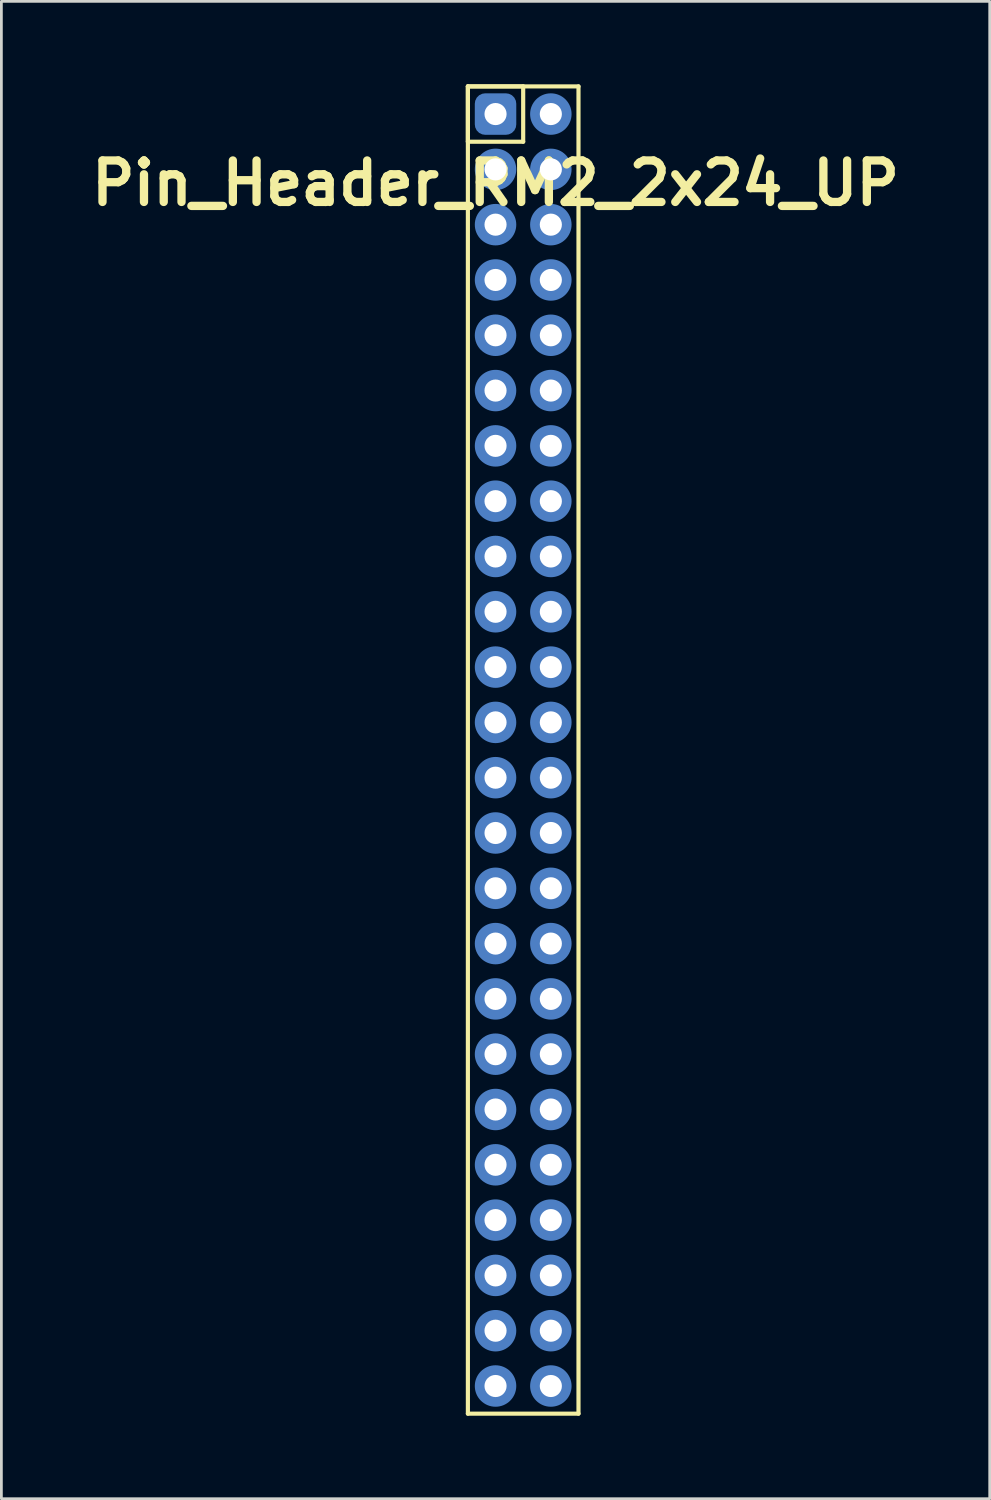
<source format=kicad_pcb>
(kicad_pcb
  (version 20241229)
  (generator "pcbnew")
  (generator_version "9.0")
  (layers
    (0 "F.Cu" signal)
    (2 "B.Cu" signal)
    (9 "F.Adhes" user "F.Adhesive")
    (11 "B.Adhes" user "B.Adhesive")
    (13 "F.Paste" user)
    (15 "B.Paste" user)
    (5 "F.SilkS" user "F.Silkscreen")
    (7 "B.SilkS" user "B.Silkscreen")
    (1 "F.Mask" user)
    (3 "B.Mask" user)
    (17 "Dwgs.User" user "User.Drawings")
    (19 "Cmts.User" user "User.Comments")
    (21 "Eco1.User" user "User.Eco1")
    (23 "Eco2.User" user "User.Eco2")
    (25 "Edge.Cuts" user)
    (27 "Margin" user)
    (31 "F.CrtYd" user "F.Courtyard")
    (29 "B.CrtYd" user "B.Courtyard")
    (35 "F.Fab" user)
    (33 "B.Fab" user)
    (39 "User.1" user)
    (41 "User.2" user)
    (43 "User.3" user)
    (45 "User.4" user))
  (footprint "Pin_Header_RM2_2x24_UP"
    (layer "F.Cu")
    (at 14.871 1.075)
    (property "Reference" "Pin_Header_RM2_2x24_UP" (at 0 2.5 0) (layer "F.SilkS") (effects (font (size 1.5 1.5) (thickness 0.3))))
    (attr through_hole)
    (fp_line (start -1 -1) (end 1 -1) (stroke (width 0.15) (type solid)) (layer "F.SilkS"))
    (fp_line (start -1 -1) (end 3 -1) (stroke (width 0.15) (type solid)) (layer "F.SilkS"))
    (fp_line (start -1 1) (end -1 -1) (stroke (width 0.15) (type solid)) (layer "F.SilkS"))
    (fp_line (start -1 47) (end -1 -1) (stroke (width 0.15) (type solid)) (layer "F.SilkS"))
    (fp_line (start 1 -1) (end 1 1) (stroke (width 0.15) (type solid)) (layer "F.SilkS"))
    (fp_line (start 1 1) (end -1 1) (stroke (width 0.15) (type solid)) (layer "F.SilkS"))
    (fp_line (start 3 -1) (end 3 47) (stroke (width 0.15) (type solid)) (layer "F.SilkS"))
    (fp_line (start 3 47) (end -1 47) (stroke (width 0.15) (type solid)) (layer "F.SilkS"))
    (pad "1" thru_hole circle (at 0 0) (size 1.1 1.1) (drill 0.8) (layers "*.Cu" "*.Mask"))
    (pad "1" smd roundrect (at 0 0) (size 1.25 1.25) (layers "F.Cu" "F.Mask") (roundrect_rratio 0.25))
    (pad "1" smd roundrect (at 0 0) (size 1.5 1.5) (layers "B.Cu" "B.Mask") (roundrect_rratio 0.25))
    (pad "2" thru_hole circle (at 2 0) (size 1.1 1.1) (drill 0.8) (layers "*.Cu" "*.Mask"))
    (pad "2" smd circle (at 2 0) (size 1.25 1.25) (layers "F.Cu" "F.Mask"))
    (pad "2" smd circle (at 2 0) (size 1.5 1.5) (layers "B.Cu" "B.Mask"))
    (pad "3" thru_hole circle (at 0 2) (size 1.1 1.1) (drill 0.8) (layers "*.Cu" "*.Mask"))
    (pad "3" smd circle (at 0 2) (size 1.25 1.25) (layers "F.Cu" "F.Mask"))
    (pad "3" smd circle (at 0 2) (size 1.5 1.5) (layers "B.Cu" "B.Mask"))
    (pad "4" thru_hole circle (at 2 2) (size 1.1 1.1) (drill 0.8) (layers "*.Cu" "*.Mask"))
    (pad "4" smd circle (at 2 2) (size 1.25 1.25) (layers "F.Cu" "F.Mask"))
    (pad "4" smd circle (at 2 2) (size 1.5 1.5) (layers "B.Cu" "B.Mask"))
    (pad "5" thru_hole circle (at 0 4) (size 1.1 1.1) (drill 0.8) (layers "*.Cu" "*.Mask"))
    (pad "5" smd circle (at 0 4) (size 1.25 1.25) (layers "F.Cu" "F.Mask"))
    (pad "5" smd circle (at 0 4) (size 1.5 1.5) (layers "B.Cu" "B.Mask"))
    (pad "6" thru_hole circle (at 2 4) (size 1.1 1.1) (drill 0.8) (layers "*.Cu" "*.Mask"))
    (pad "6" smd circle (at 2 4) (size 1.25 1.25) (layers "F.Cu" "F.Mask"))
    (pad "6" smd circle (at 2 4) (size 1.5 1.5) (layers "B.Cu" "B.Mask"))
    (pad "7" thru_hole circle (at 0 6) (size 1.1 1.1) (drill 0.8) (layers "*.Cu" "*.Mask"))
    (pad "7" smd circle (at 0 6) (size 1.25 1.25) (layers "F.Cu" "F.Mask"))
    (pad "7" smd circle (at 0 6) (size 1.5 1.5) (layers "B.Cu" "B.Mask"))
    (pad "8" thru_hole circle (at 2 6) (size 1.1 1.1) (drill 0.8) (layers "*.Cu" "*.Mask"))
    (pad "8" smd circle (at 2 6) (size 1.25 1.25) (layers "F.Cu" "F.Mask"))
    (pad "8" smd circle (at 2 6) (size 1.5 1.5) (layers "B.Cu" "B.Mask"))
    (pad "9" thru_hole circle (at 0 8) (size 1.1 1.1) (drill 0.8) (layers "*.Cu" "*.Mask"))
    (pad "9" smd circle (at 0 8) (size 1.25 1.25) (layers "F.Cu" "F.Mask"))
    (pad "9" smd circle (at 0 8) (size 1.5 1.5) (layers "B.Cu" "B.Mask"))
    (pad "10" thru_hole circle (at 2 8) (size 1.1 1.1) (drill 0.8) (layers "*.Cu" "*.Mask"))
    (pad "10" smd circle (at 2 8) (size 1.25 1.25) (layers "F.Cu" "F.Mask"))
    (pad "10" smd circle (at 2 8) (size 1.5 1.5) (layers "B.Cu" "B.Mask"))
    (pad "11" thru_hole circle (at 0 10) (size 1.1 1.1) (drill 0.8) (layers "*.Cu" "*.Mask"))
    (pad "11" smd circle (at 0 10) (size 1.25 1.25) (layers "F.Cu" "F.Mask"))
    (pad "11" smd circle (at 0 10) (size 1.5 1.5) (layers "B.Cu" "B.Mask"))
    (pad "12" thru_hole circle (at 2 10) (size 1.1 1.1) (drill 0.8) (layers "*.Cu" "*.Mask"))
    (pad "12" smd circle (at 2 10) (size 1.25 1.25) (layers "F.Cu" "F.Mask"))
    (pad "12" smd circle (at 2 10) (size 1.5 1.5) (layers "B.Cu" "B.Mask"))
    (pad "13" thru_hole circle (at 0 12) (size 1.1 1.1) (drill 0.8) (layers "*.Cu" "*.Mask"))
    (pad "13" smd circle (at 0 12) (size 1.25 1.25) (layers "F.Cu" "F.Mask"))
    (pad "13" smd circle (at 0 12) (size 1.5 1.5) (layers "B.Cu" "B.Mask"))
    (pad "14" thru_hole circle (at 2 12) (size 1.1 1.1) (drill 0.8) (layers "*.Cu" "*.Mask"))
    (pad "14" smd circle (at 2 12) (size 1.25 1.25) (layers "F.Cu" "F.Mask"))
    (pad "14" smd circle (at 2 12) (size 1.5 1.5) (layers "B.Cu" "B.Mask"))
    (pad "15" thru_hole circle (at 0 14) (size 1.1 1.1) (drill 0.8) (layers "*.Cu" "*.Mask"))
    (pad "15" smd circle (at 0 14) (size 1.25 1.25) (layers "F.Cu" "F.Mask"))
    (pad "15" smd circle (at 0 14) (size 1.5 1.5) (layers "B.Cu" "B.Mask"))
    (pad "16" thru_hole circle (at 2 14) (size 1.1 1.1) (drill 0.8) (layers "*.Cu" "*.Mask"))
    (pad "16" smd circle (at 2 14) (size 1.25 1.25) (layers "F.Cu" "F.Mask"))
    (pad "16" smd circle (at 2 14) (size 1.5 1.5) (layers "B.Cu" "B.Mask"))
    (pad "17" thru_hole circle (at 0 16) (size 1.1 1.1) (drill 0.8) (layers "*.Cu" "*.Mask"))
    (pad "17" smd circle (at 0 16) (size 1.25 1.25) (layers "F.Cu" "F.Mask"))
    (pad "17" smd circle (at 0 16) (size 1.5 1.5) (layers "B.Cu" "B.Mask"))
    (pad "18" thru_hole circle (at 2 16) (size 1.1 1.1) (drill 0.8) (layers "*.Cu" "*.Mask"))
    (pad "18" smd circle (at 2 16) (size 1.25 1.25) (layers "F.Cu" "F.Mask"))
    (pad "18" smd circle (at 2 16) (size 1.5 1.5) (layers "B.Cu" "B.Mask"))
    (pad "19" thru_hole circle (at 0 18) (size 1.1 1.1) (drill 0.8) (layers "*.Cu" "*.Mask"))
    (pad "19" smd circle (at 0 18) (size 1.25 1.25) (layers "F.Cu" "F.Mask"))
    (pad "19" smd circle (at 0 18) (size 1.5 1.5) (layers "B.Cu" "B.Mask"))
    (pad "20" thru_hole circle (at 2 18) (size 1.1 1.1) (drill 0.8) (layers "*.Cu" "*.Mask"))
    (pad "20" smd circle (at 2 18) (size 1.25 1.25) (layers "F.Cu" "F.Mask"))
    (pad "20" smd circle (at 2 18) (size 1.5 1.5) (layers "B.Cu" "B.Mask"))
    (pad "21" thru_hole circle (at 0 20) (size 1.1 1.1) (drill 0.8) (layers "*.Cu" "*.Mask"))
    (pad "21" smd circle (at 0 20) (size 1.25 1.25) (layers "F.Cu" "F.Mask"))
    (pad "21" smd circle (at 0 20) (size 1.5 1.5) (layers "B.Cu" "B.Mask"))
    (pad "22" thru_hole circle (at 2 20) (size 1.1 1.1) (drill 0.8) (layers "*.Cu" "*.Mask"))
    (pad "22" smd circle (at 2 20) (size 1.25 1.25) (layers "F.Cu" "F.Mask"))
    (pad "22" smd circle (at 2 20) (size 1.5 1.5) (layers "B.Cu" "B.Mask"))
    (pad "23" thru_hole circle (at 0 22) (size 1.1 1.1) (drill 0.8) (layers "*.Cu" "*.Mask"))
    (pad "23" smd circle (at 0 22) (size 1.25 1.25) (layers "F.Cu" "F.Mask"))
    (pad "23" smd circle (at 0 22) (size 1.5 1.5) (layers "B.Cu" "B.Mask"))
    (pad "24" thru_hole circle (at 2 22) (size 1.1 1.1) (drill 0.8) (layers "*.Cu" "*.Mask"))
    (pad "24" smd circle (at 2 22) (size 1.25 1.25) (layers "F.Cu" "F.Mask"))
    (pad "24" smd circle (at 2 22) (size 1.5 1.5) (layers "B.Cu" "B.Mask"))
    (pad "25" thru_hole circle (at 0 24) (size 1.1 1.1) (drill 0.8) (layers "*.Cu" "*.Mask"))
    (pad "25" smd circle (at 0 24) (size 1.25 1.25) (layers "F.Cu" "F.Mask"))
    (pad "25" smd circle (at 0 24) (size 1.5 1.5) (layers "B.Cu" "B.Mask"))
    (pad "26" thru_hole circle (at 2 24) (size 1.1 1.1) (drill 0.8) (layers "*.Cu" "*.Mask"))
    (pad "26" smd circle (at 2 24) (size 1.25 1.25) (layers "F.Cu" "F.Mask"))
    (pad "26" smd circle (at 2 24) (size 1.5 1.5) (layers "B.Cu" "B.Mask"))
    (pad "27" thru_hole circle (at 0 26) (size 1.1 1.1) (drill 0.8) (layers "*.Cu" "*.Mask"))
    (pad "27" smd circle (at 0 26) (size 1.25 1.25) (layers "F.Cu" "F.Mask"))
    (pad "27" smd circle (at 0 26) (size 1.5 1.5) (layers "B.Cu" "B.Mask"))
    (pad "28" thru_hole circle (at 2 26) (size 1.1 1.1) (drill 0.8) (layers "*.Cu" "*.Mask"))
    (pad "28" smd circle (at 2 26) (size 1.25 1.25) (layers "F.Cu" "F.Mask"))
    (pad "28" smd circle (at 2 26) (size 1.5 1.5) (layers "B.Cu" "B.Mask"))
    (pad "29" thru_hole circle (at 0 28) (size 1.1 1.1) (drill 0.8) (layers "*.Cu" "*.Mask"))
    (pad "29" smd circle (at 0 28) (size 1.25 1.25) (layers "F.Cu" "F.Mask"))
    (pad "29" smd circle (at 0 28) (size 1.5 1.5) (layers "B.Cu" "B.Mask"))
    (pad "30" thru_hole circle (at 2 28) (size 1.1 1.1) (drill 0.8) (layers "*.Cu" "*.Mask"))
    (pad "30" smd circle (at 2 28) (size 1.25 1.25) (layers "F.Cu" "F.Mask"))
    (pad "30" smd circle (at 2 28) (size 1.5 1.5) (layers "B.Cu" "B.Mask"))
    (pad "31" thru_hole circle (at 0 30) (size 1.1 1.1) (drill 0.8) (layers "*.Cu" "*.Mask"))
    (pad "31" smd circle (at 0 30) (size 1.25 1.25) (layers "F.Cu" "F.Mask"))
    (pad "31" smd circle (at 0 30) (size 1.5 1.5) (layers "B.Cu" "B.Mask"))
    (pad "32" thru_hole circle (at 2 30) (size 1.1 1.1) (drill 0.8) (layers "*.Cu" "*.Mask"))
    (pad "32" smd circle (at 2 30) (size 1.25 1.25) (layers "F.Cu" "F.Mask"))
    (pad "32" smd circle (at 2 30) (size 1.5 1.5) (layers "B.Cu" "B.Mask"))
    (pad "33" thru_hole circle (at 0 32) (size 1.1 1.1) (drill 0.8) (layers "*.Cu" "*.Mask"))
    (pad "33" smd circle (at 0 32) (size 1.25 1.25) (layers "F.Cu" "F.Mask"))
    (pad "33" smd circle (at 0 32) (size 1.5 1.5) (layers "B.Cu" "B.Mask"))
    (pad "34" thru_hole circle (at 2 32) (size 1.1 1.1) (drill 0.8) (layers "*.Cu" "*.Mask"))
    (pad "34" smd circle (at 2 32) (size 1.25 1.25) (layers "F.Cu" "F.Mask"))
    (pad "34" smd circle (at 2 32) (size 1.5 1.5) (layers "B.Cu" "B.Mask"))
    (pad "35" thru_hole circle (at 0 34) (size 1.1 1.1) (drill 0.8) (layers "*.Cu" "*.Mask"))
    (pad "35" smd circle (at 0 34) (size 1.25 1.25) (layers "F.Cu" "F.Mask"))
    (pad "35" smd circle (at 0 34) (size 1.5 1.5) (layers "B.Cu" "B.Mask"))
    (pad "36" thru_hole circle (at 2 34) (size 1.1 1.1) (drill 0.8) (layers "*.Cu" "*.Mask"))
    (pad "36" smd circle (at 2 34) (size 1.25 1.25) (layers "F.Cu" "F.Mask"))
    (pad "36" smd circle (at 2 34) (size 1.5 1.5) (layers "B.Cu" "B.Mask"))
    (pad "37" thru_hole circle (at 0 36) (size 1.1 1.1) (drill 0.8) (layers "*.Cu" "*.Mask"))
    (pad "37" smd circle (at 0 36) (size 1.25 1.25) (layers "F.Cu" "F.Mask"))
    (pad "37" smd circle (at 0 36) (size 1.5 1.5) (layers "B.Cu" "B.Mask"))
    (pad "38" thru_hole circle (at 2 36) (size 1.1 1.1) (drill 0.8) (layers "*.Cu" "*.Mask"))
    (pad "38" smd circle (at 2 36) (size 1.25 1.25) (layers "F.Cu" "F.Mask"))
    (pad "38" smd circle (at 2 36) (size 1.5 1.5) (layers "B.Cu" "B.Mask"))
    (pad "39" thru_hole circle (at 0 38) (size 1.1 1.1) (drill 0.8) (layers "*.Cu" "*.Mask"))
    (pad "39" smd circle (at 0 38) (size 1.25 1.25) (layers "F.Cu" "F.Mask"))
    (pad "39" smd circle (at 0 38) (size 1.5 1.5) (layers "B.Cu" "B.Mask"))
    (pad "40" thru_hole circle (at 2 38) (size 1.1 1.1) (drill 0.8) (layers "*.Cu" "*.Mask"))
    (pad "40" smd circle (at 2 38) (size 1.25 1.25) (layers "F.Cu" "F.Mask"))
    (pad "40" smd circle (at 2 38) (size 1.5 1.5) (layers "B.Cu" "B.Mask"))
    (pad "41" thru_hole circle (at 0 40) (size 1.1 1.1) (drill 0.8) (layers "*.Cu" "*.Mask"))
    (pad "41" smd circle (at 0 40) (size 1.25 1.25) (layers "F.Cu" "F.Mask"))
    (pad "41" smd circle (at 0 40) (size 1.5 1.5) (layers "B.Cu" "B.Mask"))
    (pad "42" thru_hole circle (at 2 40) (size 1.1 1.1) (drill 0.8) (layers "*.Cu" "*.Mask"))
    (pad "42" smd circle (at 2 40) (size 1.25 1.25) (layers "F.Cu" "F.Mask"))
    (pad "42" smd circle (at 2 40) (size 1.5 1.5) (layers "B.Cu" "B.Mask"))
    (pad "43" thru_hole circle (at 0 42) (size 1.1 1.1) (drill 0.8) (layers "*.Cu" "*.Mask"))
    (pad "43" smd circle (at 0 42) (size 1.25 1.25) (layers "F.Cu" "F.Mask"))
    (pad "43" smd circle (at 0 42) (size 1.5 1.5) (layers "B.Cu" "B.Mask"))
    (pad "44" thru_hole circle (at 2 42) (size 1.1 1.1) (drill 0.8) (layers "*.Cu" "*.Mask"))
    (pad "44" smd circle (at 2 42) (size 1.25 1.25) (layers "F.Cu" "F.Mask"))
    (pad "44" smd circle (at 2 42) (size 1.5 1.5) (layers "B.Cu" "B.Mask"))
    (pad "45" thru_hole circle (at 0 44) (size 1.1 1.1) (drill 0.8) (layers "*.Cu" "*.Mask"))
    (pad "45" smd circle (at 0 44) (size 1.25 1.25) (layers "F.Cu" "F.Mask"))
    (pad "45" smd circle (at 0 44) (size 1.5 1.5) (layers "B.Cu" "B.Mask"))
    (pad "46" thru_hole circle (at 2 44) (size 1.1 1.1) (drill 0.8) (layers "*.Cu" "*.Mask"))
    (pad "46" smd circle (at 2 44) (size 1.25 1.25) (layers "F.Cu" "F.Mask"))
    (pad "46" smd circle (at 2 44) (size 1.5 1.5) (layers "B.Cu" "B.Mask"))
    (pad "47" thru_hole circle (at 0 46) (size 1.1 1.1) (drill 0.8) (layers "*.Cu" "*.Mask"))
    (pad "47" smd circle (at 0 46) (size 1.25 1.25) (layers "F.Cu" "F.Mask"))
    (pad "47" smd circle (at 0 46) (size 1.5 1.5) (layers "B.Cu" "B.Mask"))
    (pad "48" thru_hole circle (at 2 46) (size 1.1 1.1) (drill 0.8) (layers "*.Cu" "*.Mask"))
    (pad "48" smd circle (at 2 46) (size 1.25 1.25) (layers "F.Cu" "F.Mask"))
    (pad "48" smd circle (at 2 46) (size 1.5 1.5) (layers "B.Cu" "B.Mask")))
  (gr_rect
    (start -3 -3)
    (end 32.743 51.15)
    (stroke (width 0.1) (type default))
    (fill no)
    (layer "Edge.Cuts")))
</source>
